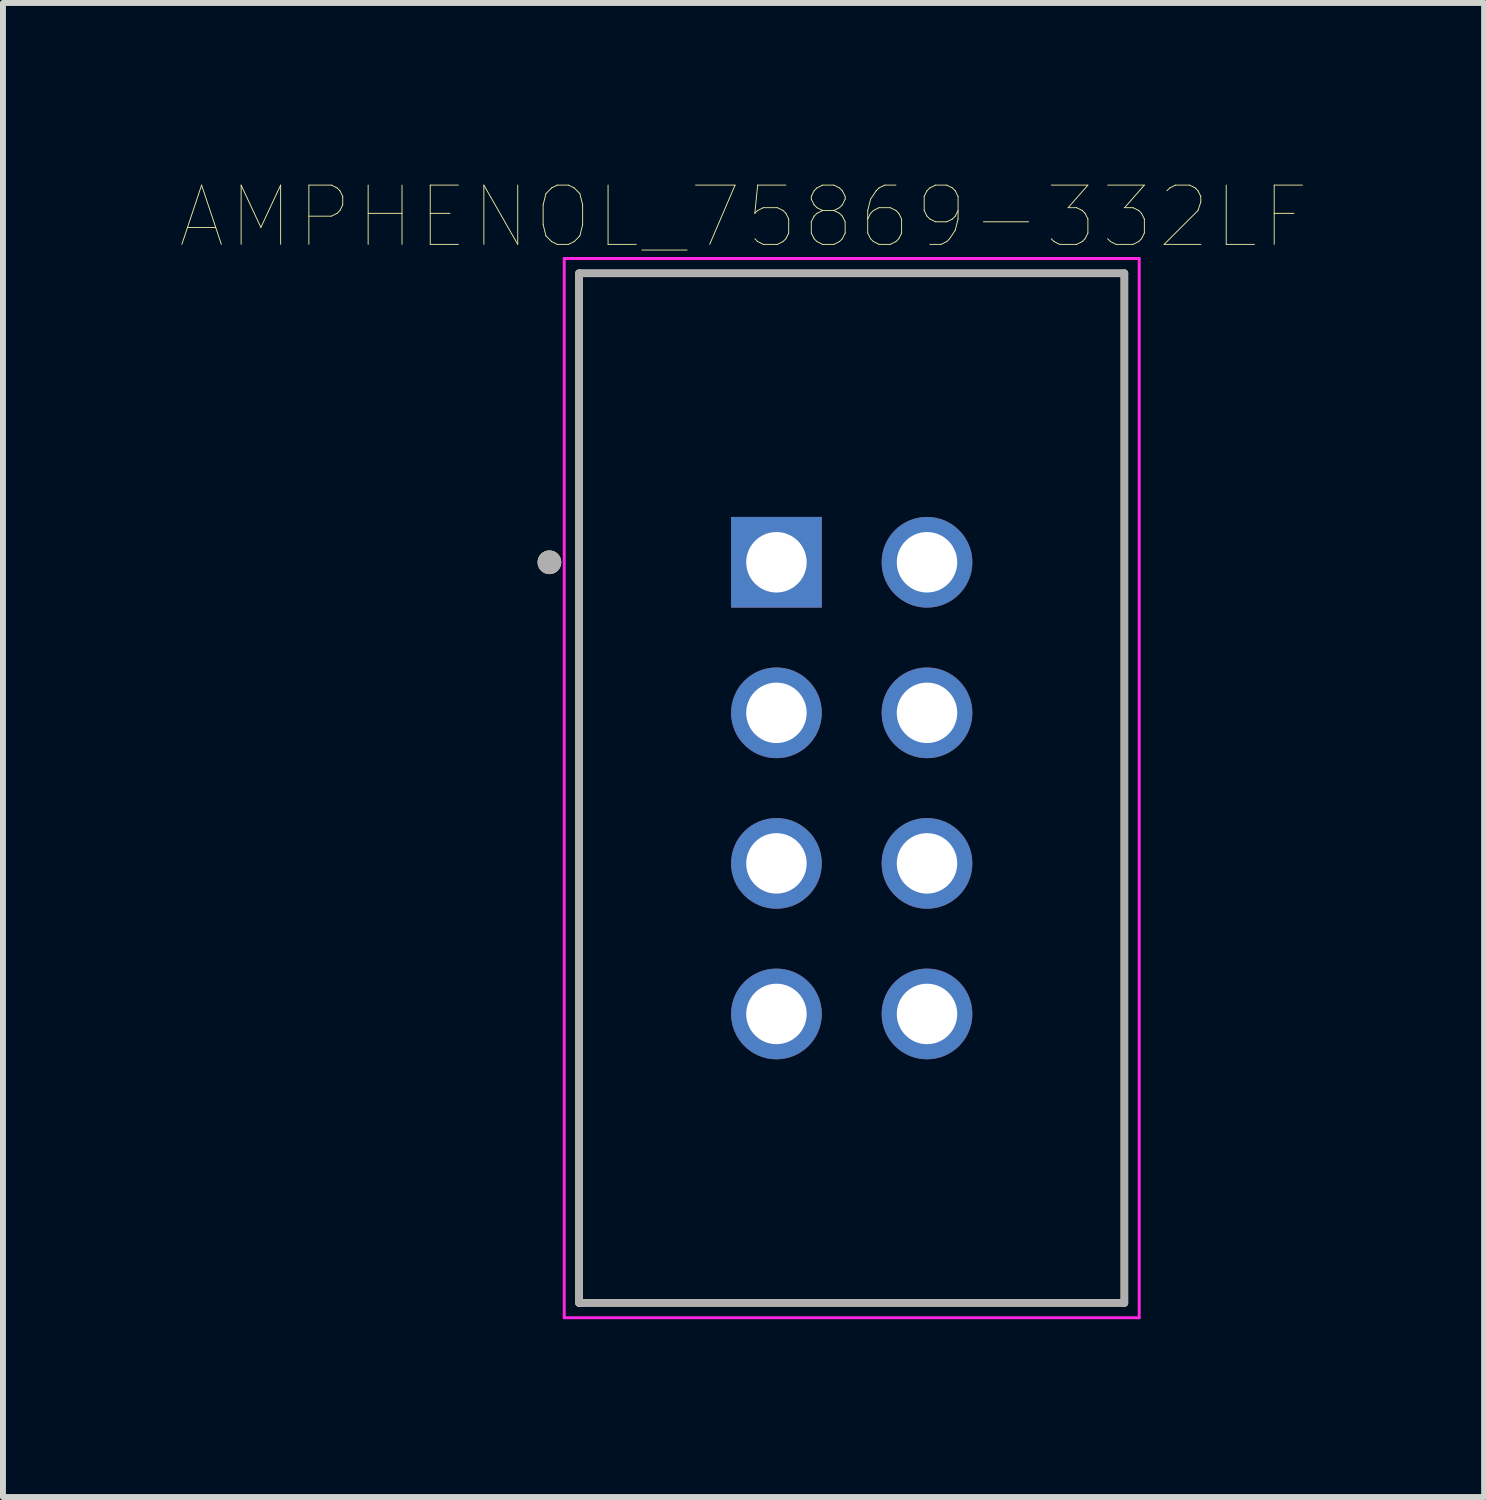
<source format=kicad_pcb>
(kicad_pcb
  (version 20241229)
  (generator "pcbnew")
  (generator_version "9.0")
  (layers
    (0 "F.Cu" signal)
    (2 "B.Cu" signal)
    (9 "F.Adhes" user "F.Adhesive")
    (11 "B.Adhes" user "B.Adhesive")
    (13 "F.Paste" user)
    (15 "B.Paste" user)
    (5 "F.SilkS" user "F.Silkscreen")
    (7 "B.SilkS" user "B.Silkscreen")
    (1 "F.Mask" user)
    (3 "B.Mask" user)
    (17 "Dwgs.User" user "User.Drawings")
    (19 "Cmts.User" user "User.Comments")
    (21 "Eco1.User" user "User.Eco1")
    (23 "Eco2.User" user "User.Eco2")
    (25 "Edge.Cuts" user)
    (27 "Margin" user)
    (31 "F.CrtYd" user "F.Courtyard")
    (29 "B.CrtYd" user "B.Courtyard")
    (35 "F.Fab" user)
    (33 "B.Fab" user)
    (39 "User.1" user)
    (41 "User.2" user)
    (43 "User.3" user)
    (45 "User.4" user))
  (footprint "AMPHENOL_75869-332LF"
    (layer "F.Cu")
    (at 11.319 10.246)
    (property "Reference" "AMPHENOL_75869-332LF" (at -1.825 -9.635 0) (layer "F.SilkS") (effects (font (size 1 1) (thickness 0.015))))
    (attr through_hole)
    (fp_line (start -4.6 -8.685) (end 4.6 -8.685) (stroke (width 0.127) (type solid)) (layer "F.SilkS"))
    (fp_line (start -4.6 8.685) (end -4.6 -8.685) (stroke (width 0.127) (type solid)) (layer "F.SilkS"))
    (fp_line (start 4.6 -8.685) (end 4.6 8.685) (stroke (width 0.127) (type solid)) (layer "F.SilkS"))
    (fp_line (start 4.6 8.685) (end -4.6 8.685) (stroke (width 0.127) (type solid)) (layer "F.SilkS"))
    (fp_circle (center -5.1 -3.81) (end -5 -3.81) (stroke (width 0.2) (type solid)) (fill no) (layer "F.SilkS"))
    (fp_line (start -4.85 -8.935) (end 4.85 -8.935) (stroke (width 0.05) (type solid)) (layer "F.CrtYd"))
    (fp_line (start -4.85 8.935) (end -4.85 -8.935) (stroke (width 0.05) (type solid)) (layer "F.CrtYd"))
    (fp_line (start 4.85 -8.935) (end 4.85 8.935) (stroke (width 0.05) (type solid)) (layer "F.CrtYd"))
    (fp_line (start 4.85 8.935) (end -4.85 8.935) (stroke (width 0.05) (type solid)) (layer "F.CrtYd"))
    (fp_line (start -4.6 -8.685) (end 4.6 -8.685) (stroke (width 0.127) (type solid)) (layer "F.Fab"))
    (fp_line (start -4.6 8.685) (end -4.6 -8.685) (stroke (width 0.127) (type solid)) (layer "F.Fab"))
    (fp_line (start 4.6 -8.685) (end 4.6 8.685) (stroke (width 0.127) (type solid)) (layer "F.Fab"))
    (fp_line (start 4.6 8.685) (end -4.6 8.685) (stroke (width 0.127) (type solid)) (layer "F.Fab"))
    (fp_circle (center -5.1 -3.81) (end -5 -3.81) (stroke (width 0.2) (type solid)) (fill no) (layer "F.Fab"))
    (pad "1" thru_hole rect (at -1.27 -3.81) (size 1.53 1.53) (drill 1.02) (layers "*.Cu" "*.Mask"))
    (pad "2" thru_hole circle (at 1.27 -3.81) (size 1.53 1.53) (drill 1.02) (layers "*.Cu" "*.Mask"))
    (pad "3" thru_hole circle (at -1.27 -1.27) (size 1.53 1.53) (drill 1.02) (layers "*.Cu" "*.Mask"))
    (pad "4" thru_hole circle (at 1.27 -1.27) (size 1.53 1.53) (drill 1.02) (layers "*.Cu" "*.Mask"))
    (pad "5" thru_hole circle (at -1.27 1.27) (size 1.53 1.53) (drill 1.02) (layers "*.Cu" "*.Mask"))
    (pad "6" thru_hole circle (at 1.27 1.27) (size 1.53 1.53) (drill 1.02) (layers "*.Cu" "*.Mask"))
    (pad "7" thru_hole circle (at -1.27 3.81) (size 1.53 1.53) (drill 1.02) (layers "*.Cu" "*.Mask"))
    (pad "8" thru_hole circle (at 1.27 3.81) (size 1.53 1.53) (drill 1.02) (layers "*.Cu" "*.Mask")))
  (gr_rect
    (start -3 -3)
    (end 21.988 22.206)
    (stroke (width 0.1) (type default))
    (fill no)
    (layer "Edge.Cuts")))
</source>
